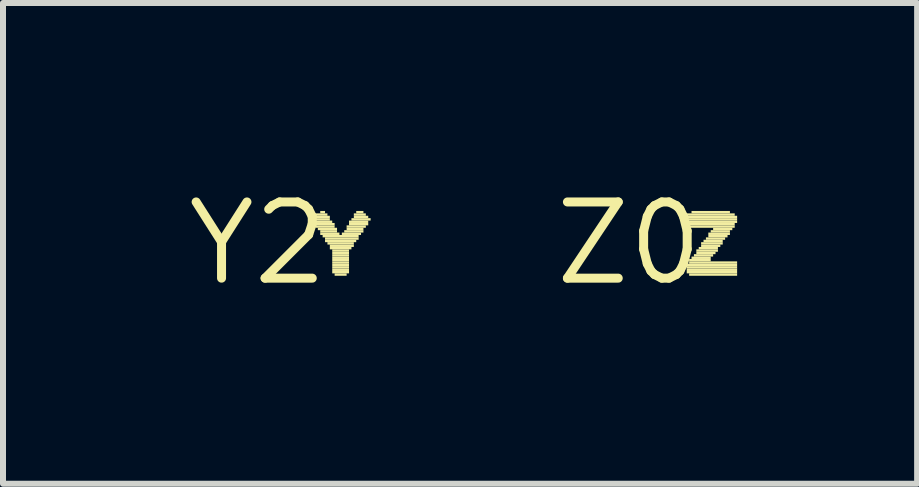
<source format=kicad_pcb>
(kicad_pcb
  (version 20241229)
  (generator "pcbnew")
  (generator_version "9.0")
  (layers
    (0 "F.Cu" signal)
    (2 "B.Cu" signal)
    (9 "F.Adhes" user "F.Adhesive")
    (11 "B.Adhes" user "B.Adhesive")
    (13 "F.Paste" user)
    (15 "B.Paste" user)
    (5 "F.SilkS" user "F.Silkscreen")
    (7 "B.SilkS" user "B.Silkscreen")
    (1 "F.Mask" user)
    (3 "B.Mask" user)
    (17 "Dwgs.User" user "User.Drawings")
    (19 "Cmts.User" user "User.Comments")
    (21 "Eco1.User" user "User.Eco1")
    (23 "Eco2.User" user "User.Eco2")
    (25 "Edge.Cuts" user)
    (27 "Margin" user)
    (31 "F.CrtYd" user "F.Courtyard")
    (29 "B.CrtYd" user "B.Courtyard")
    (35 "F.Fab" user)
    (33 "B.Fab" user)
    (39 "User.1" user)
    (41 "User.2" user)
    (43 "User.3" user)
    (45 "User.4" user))
  (footprint "Z0"
    (layer "F.Cu")
    (at 7.435 1.006)
    (property "Reference" "Z0" (at 0 0 0) (layer "F.SilkS") (effects (font (size 1.27 1.27) (thickness 0.15))))
    (attr through_hole)
    (fp_poly (pts (xy 0.96 -0.46) (xy 1.76 -0.46) (xy 1.76 -0.5) (xy 0.96 -0.5)) (stroke (width 0) (type solid)) (fill yes) (layer "F.SilkS"))
    (fp_poly (pts (xy 0.96 -0.42) (xy 1.8 -0.42) (xy 1.8 -0.46) (xy 0.96 -0.46)) (stroke (width 0) (type solid)) (fill yes) (layer "F.SilkS"))
    (fp_poly (pts (xy 0.96 -0.38) (xy 1.8 -0.38) (xy 1.8 -0.42) (xy 0.96 -0.42)) (stroke (width 0) (type solid)) (fill yes) (layer "F.SilkS"))
    (fp_poly (pts (xy 0.96 -0.34) (xy 1.8 -0.34) (xy 1.8 -0.38) (xy 0.96 -0.38)) (stroke (width 0) (type solid)) (fill yes) (layer "F.SilkS"))
    (fp_poly (pts (xy 0.96 -0.3) (xy 1.76 -0.3) (xy 1.76 -0.34) (xy 0.96 -0.34)) (stroke (width 0) (type solid)) (fill yes) (layer "F.SilkS"))
    (fp_poly (pts (xy 0.96 0.38) (xy 1.8 0.38) (xy 1.8 0.34) (xy 0.96 0.34)) (stroke (width 0) (type solid)) (fill yes) (layer "F.SilkS"))
    (fp_poly (pts (xy 0.96 0.42) (xy 1.8 0.42) (xy 1.8 0.38) (xy 0.96 0.38)) (stroke (width 0) (type solid)) (fill yes) (layer "F.SilkS"))
    (fp_poly (pts (xy 0.96 0.46) (xy 1.8 0.46) (xy 1.8 0.42) (xy 0.96 0.42)) (stroke (width 0) (type solid)) (fill yes) (layer "F.SilkS"))
    (fp_poly (pts (xy 0.96 0.5) (xy 1.8 0.5) (xy 1.8 0.46) (xy 0.96 0.46)) (stroke (width 0) (type solid)) (fill yes) (layer "F.SilkS"))
    (fp_poly (pts (xy 1 -0.26) (xy 1.76 -0.26) (xy 1.76 -0.3) (xy 1 -0.3)) (stroke (width 0) (type solid)) (fill yes) (layer "F.SilkS"))
    (fp_poly (pts (xy 1 0.3) (xy 1.36 0.3) (xy 1.36 0.26) (xy 1 0.26)) (stroke (width 0) (type solid)) (fill yes) (layer "F.SilkS"))
    (fp_poly (pts (xy 1 0.34) (xy 1.8 0.34) (xy 1.8 0.3) (xy 1 0.3)) (stroke (width 0) (type solid)) (fill yes) (layer "F.SilkS"))
    (fp_poly (pts (xy 1 0.54) (xy 1.8 0.54) (xy 1.8 0.5) (xy 1 0.5)) (stroke (width 0) (type solid)) (fill yes) (layer "F.SilkS"))
    (fp_poly (pts (xy 1.04 -0.5) (xy 1.68 -0.5) (xy 1.68 -0.54) (xy 1.04 -0.54)) (stroke (width 0) (type solid)) (fill yes) (layer "F.SilkS"))
    (fp_poly (pts (xy 1.04 0.26) (xy 1.36 0.26) (xy 1.36 0.22) (xy 1.04 0.22)) (stroke (width 0) (type solid)) (fill yes) (layer "F.SilkS"))
    (fp_poly (pts (xy 1.08 0.22) (xy 1.4 0.22) (xy 1.4 0.18) (xy 1.08 0.18)) (stroke (width 0) (type solid)) (fill yes) (layer "F.SilkS"))
    (fp_poly (pts (xy 1.12 0.14) (xy 1.48 0.14) (xy 1.48 0.1) (xy 1.12 0.1)) (stroke (width 0) (type solid)) (fill yes) (layer "F.SilkS"))
    (fp_poly (pts (xy 1.12 0.18) (xy 1.44 0.18) (xy 1.44 0.14) (xy 1.12 0.14)) (stroke (width 0) (type solid)) (fill yes) (layer "F.SilkS"))
    (fp_poly (pts (xy 1.16 0.1) (xy 1.48 0.1) (xy 1.48 0.06) (xy 1.16 0.06)) (stroke (width 0) (type solid)) (fill yes) (layer "F.SilkS"))
    (fp_poly (pts (xy 1.2 0.02) (xy 1.56 0.02) (xy 1.56 -0.02) (xy 1.2 -0.02)) (stroke (width 0) (type solid)) (fill yes) (layer "F.SilkS"))
    (fp_poly (pts (xy 1.2 0.06) (xy 1.52 0.06) (xy 1.52 0.02) (xy 1.2 0.02)) (stroke (width 0) (type solid)) (fill yes) (layer "F.SilkS"))
    (fp_poly (pts (xy 1.24 -0.02) (xy 1.56 -0.02) (xy 1.56 -0.06) (xy 1.24 -0.06)) (stroke (width 0) (type solid)) (fill yes) (layer "F.SilkS"))
    (fp_poly (pts (xy 1.28 -0.06) (xy 1.6 -0.06) (xy 1.6 -0.1) (xy 1.28 -0.1)) (stroke (width 0) (type solid)) (fill yes) (layer "F.SilkS"))
    (fp_poly (pts (xy 1.32 -0.14) (xy 1.68 -0.14) (xy 1.68 -0.18) (xy 1.32 -0.18)) (stroke (width 0) (type solid)) (fill yes) (layer "F.SilkS"))
    (fp_poly (pts (xy 1.32 -0.1) (xy 1.64 -0.1) (xy 1.64 -0.14) (xy 1.32 -0.14)) (stroke (width 0) (type solid)) (fill yes) (layer "F.SilkS"))
    (fp_poly (pts (xy 1.36 -0.18) (xy 1.68 -0.18) (xy 1.68 -0.22) (xy 1.36 -0.22)) (stroke (width 0) (type solid)) (fill yes) (layer "F.SilkS"))
    (fp_poly (pts (xy 1.4 -0.22) (xy 1.72 -0.22) (xy 1.72 -0.26) (xy 1.4 -0.26)) (stroke (width 0) (type solid)) (fill yes) (layer "F.SilkS")))
  (footprint "Y2"
    (layer "F.Cu")
    (at 1.247 1.006)
    (property "Reference" "Y2" (at 0 0 0) (layer "F.SilkS") (effects (font (size 1.27 1.27) (thickness 0.15))))
    (attr through_hole)
    (fp_poly (pts (xy 0.92 -0.42) (xy 1.2 -0.42) (xy 1.2 -0.46) (xy 0.92 -0.46)) (stroke (width 0) (type solid)) (fill yes) (layer "F.SilkS"))
    (fp_poly (pts (xy 0.92 -0.38) (xy 1.2 -0.38) (xy 1.2 -0.42) (xy 0.92 -0.42)) (stroke (width 0) (type solid)) (fill yes) (layer "F.SilkS"))
    (fp_poly (pts (xy 0.92 -0.34) (xy 1.24 -0.34) (xy 1.24 -0.38) (xy 0.92 -0.38)) (stroke (width 0) (type solid)) (fill yes) (layer "F.SilkS"))
    (fp_poly (pts (xy 0.96 -0.46) (xy 1.16 -0.46) (xy 1.16 -0.5) (xy 0.96 -0.5)) (stroke (width 0) (type solid)) (fill yes) (layer "F.SilkS"))
    (fp_poly (pts (xy 0.96 -0.3) (xy 1.28 -0.3) (xy 1.28 -0.34) (xy 0.96 -0.34)) (stroke (width 0) (type solid)) (fill yes) (layer "F.SilkS"))
    (fp_poly (pts (xy 0.96 -0.26) (xy 1.28 -0.26) (xy 1.28 -0.3) (xy 0.96 -0.3)) (stroke (width 0) (type solid)) (fill yes) (layer "F.SilkS"))
    (fp_poly (pts (xy 1 -0.22) (xy 1.32 -0.22) (xy 1.32 -0.26) (xy 1 -0.26)) (stroke (width 0) (type solid)) (fill yes) (layer "F.SilkS"))
    (fp_poly (pts (xy 1.04 -0.5) (xy 1.12 -0.5) (xy 1.12 -0.54) (xy 1.04 -0.54)) (stroke (width 0) (type solid)) (fill yes) (layer "F.SilkS"))
    (fp_poly (pts (xy 1.04 -0.18) (xy 1.32 -0.18) (xy 1.32 -0.22) (xy 1.04 -0.22)) (stroke (width 0) (type solid)) (fill yes) (layer "F.SilkS"))
    (fp_poly (pts (xy 1.04 -0.14) (xy 1.36 -0.14) (xy 1.36 -0.18) (xy 1.04 -0.18)) (stroke (width 0) (type solid)) (fill yes) (layer "F.SilkS"))
    (fp_poly (pts (xy 1.08 -0.1) (xy 1.68 -0.1) (xy 1.68 -0.14) (xy 1.08 -0.14)) (stroke (width 0) (type solid)) (fill yes) (layer "F.SilkS"))
    (fp_poly (pts (xy 1.12 -0.06) (xy 1.68 -0.06) (xy 1.68 -0.1) (xy 1.12 -0.1)) (stroke (width 0) (type solid)) (fill yes) (layer "F.SilkS"))
    (fp_poly (pts (xy 1.12 -0.02) (xy 1.64 -0.02) (xy 1.64 -0.06) (xy 1.12 -0.06)) (stroke (width 0) (type solid)) (fill yes) (layer "F.SilkS"))
    (fp_poly (pts (xy 1.16 0.02) (xy 1.6 0.02) (xy 1.6 -0.02) (xy 1.16 -0.02)) (stroke (width 0) (type solid)) (fill yes) (layer "F.SilkS"))
    (fp_poly (pts (xy 1.2 0.06) (xy 1.6 0.06) (xy 1.6 0.02) (xy 1.2 0.02)) (stroke (width 0) (type solid)) (fill yes) (layer "F.SilkS"))
    (fp_poly (pts (xy 1.2 0.1) (xy 1.56 0.1) (xy 1.56 0.06) (xy 1.2 0.06)) (stroke (width 0) (type solid)) (fill yes) (layer "F.SilkS"))
    (fp_poly (pts (xy 1.24 0.14) (xy 1.52 0.14) (xy 1.52 0.1) (xy 1.24 0.1)) (stroke (width 0) (type solid)) (fill yes) (layer "F.SilkS"))
    (fp_poly (pts (xy 1.24 0.18) (xy 1.52 0.18) (xy 1.52 0.14) (xy 1.24 0.14)) (stroke (width 0) (type solid)) (fill yes) (layer "F.SilkS"))
    (fp_poly (pts (xy 1.24 0.22) (xy 1.52 0.22) (xy 1.52 0.18) (xy 1.24 0.18)) (stroke (width 0) (type solid)) (fill yes) (layer "F.SilkS"))
    (fp_poly (pts (xy 1.24 0.26) (xy 1.52 0.26) (xy 1.52 0.22) (xy 1.24 0.22)) (stroke (width 0) (type solid)) (fill yes) (layer "F.SilkS"))
    (fp_poly (pts (xy 1.24 0.3) (xy 1.52 0.3) (xy 1.52 0.26) (xy 1.24 0.26)) (stroke (width 0) (type solid)) (fill yes) (layer "F.SilkS"))
    (fp_poly (pts (xy 1.24 0.34) (xy 1.52 0.34) (xy 1.52 0.3) (xy 1.24 0.3)) (stroke (width 0) (type solid)) (fill yes) (layer "F.SilkS"))
    (fp_poly (pts (xy 1.24 0.38) (xy 1.52 0.38) (xy 1.52 0.34) (xy 1.24 0.34)) (stroke (width 0) (type solid)) (fill yes) (layer "F.SilkS"))
    (fp_poly (pts (xy 1.24 0.42) (xy 1.52 0.42) (xy 1.52 0.38) (xy 1.24 0.38)) (stroke (width 0) (type solid)) (fill yes) (layer "F.SilkS"))
    (fp_poly (pts (xy 1.24 0.46) (xy 1.52 0.46) (xy 1.52 0.42) (xy 1.24 0.42)) (stroke (width 0) (type solid)) (fill yes) (layer "F.SilkS"))
    (fp_poly (pts (xy 1.24 0.5) (xy 1.52 0.5) (xy 1.52 0.46) (xy 1.24 0.46)) (stroke (width 0) (type solid)) (fill yes) (layer "F.SilkS"))
    (fp_poly (pts (xy 1.28 0.54) (xy 1.48 0.54) (xy 1.48 0.5) (xy 1.28 0.5)) (stroke (width 0) (type solid)) (fill yes) (layer "F.SilkS"))
    (fp_poly (pts (xy 1.4 -0.14) (xy 1.72 -0.14) (xy 1.72 -0.18) (xy 1.4 -0.18)) (stroke (width 0) (type solid)) (fill yes) (layer "F.SilkS"))
    (fp_poly (pts (xy 1.44 -0.18) (xy 1.76 -0.18) (xy 1.76 -0.22) (xy 1.44 -0.22)) (stroke (width 0) (type solid)) (fill yes) (layer "F.SilkS"))
    (fp_poly (pts (xy 1.48 -0.26) (xy 1.8 -0.26) (xy 1.8 -0.3) (xy 1.48 -0.3)) (stroke (width 0) (type solid)) (fill yes) (layer "F.SilkS"))
    (fp_poly (pts (xy 1.48 -0.22) (xy 1.76 -0.22) (xy 1.76 -0.26) (xy 1.48 -0.26)) (stroke (width 0) (type solid)) (fill yes) (layer "F.SilkS"))
    (fp_poly (pts (xy 1.52 -0.34) (xy 1.84 -0.34) (xy 1.84 -0.38) (xy 1.52 -0.38)) (stroke (width 0) (type solid)) (fill yes) (layer "F.SilkS"))
    (fp_poly (pts (xy 1.52 -0.3) (xy 1.84 -0.3) (xy 1.84 -0.34) (xy 1.52 -0.34)) (stroke (width 0) (type solid)) (fill yes) (layer "F.SilkS"))
    (fp_poly (pts (xy 1.56 -0.38) (xy 1.88 -0.38) (xy 1.88 -0.42) (xy 1.56 -0.42)) (stroke (width 0) (type solid)) (fill yes) (layer "F.SilkS"))
    (fp_poly (pts (xy 1.6 -0.46) (xy 1.8 -0.46) (xy 1.8 -0.5) (xy 1.6 -0.5)) (stroke (width 0) (type solid)) (fill yes) (layer "F.SilkS"))
    (fp_poly (pts (xy 1.6 -0.42) (xy 1.84 -0.42) (xy 1.84 -0.46) (xy 1.6 -0.46)) (stroke (width 0) (type solid)) (fill yes) (layer "F.SilkS"))
    (fp_poly (pts (xy 1.64 -0.5) (xy 1.76 -0.5) (xy 1.76 -0.54) (xy 1.64 -0.54)) (stroke (width 0) (type solid)) (fill yes) (layer "F.SilkS")))
  (gr_rect
    (start -3 -3)
    (end 12.235 5.012)
    (stroke (width 0.1) (type default))
    (fill no)
    (layer "Edge.Cuts")))
</source>
